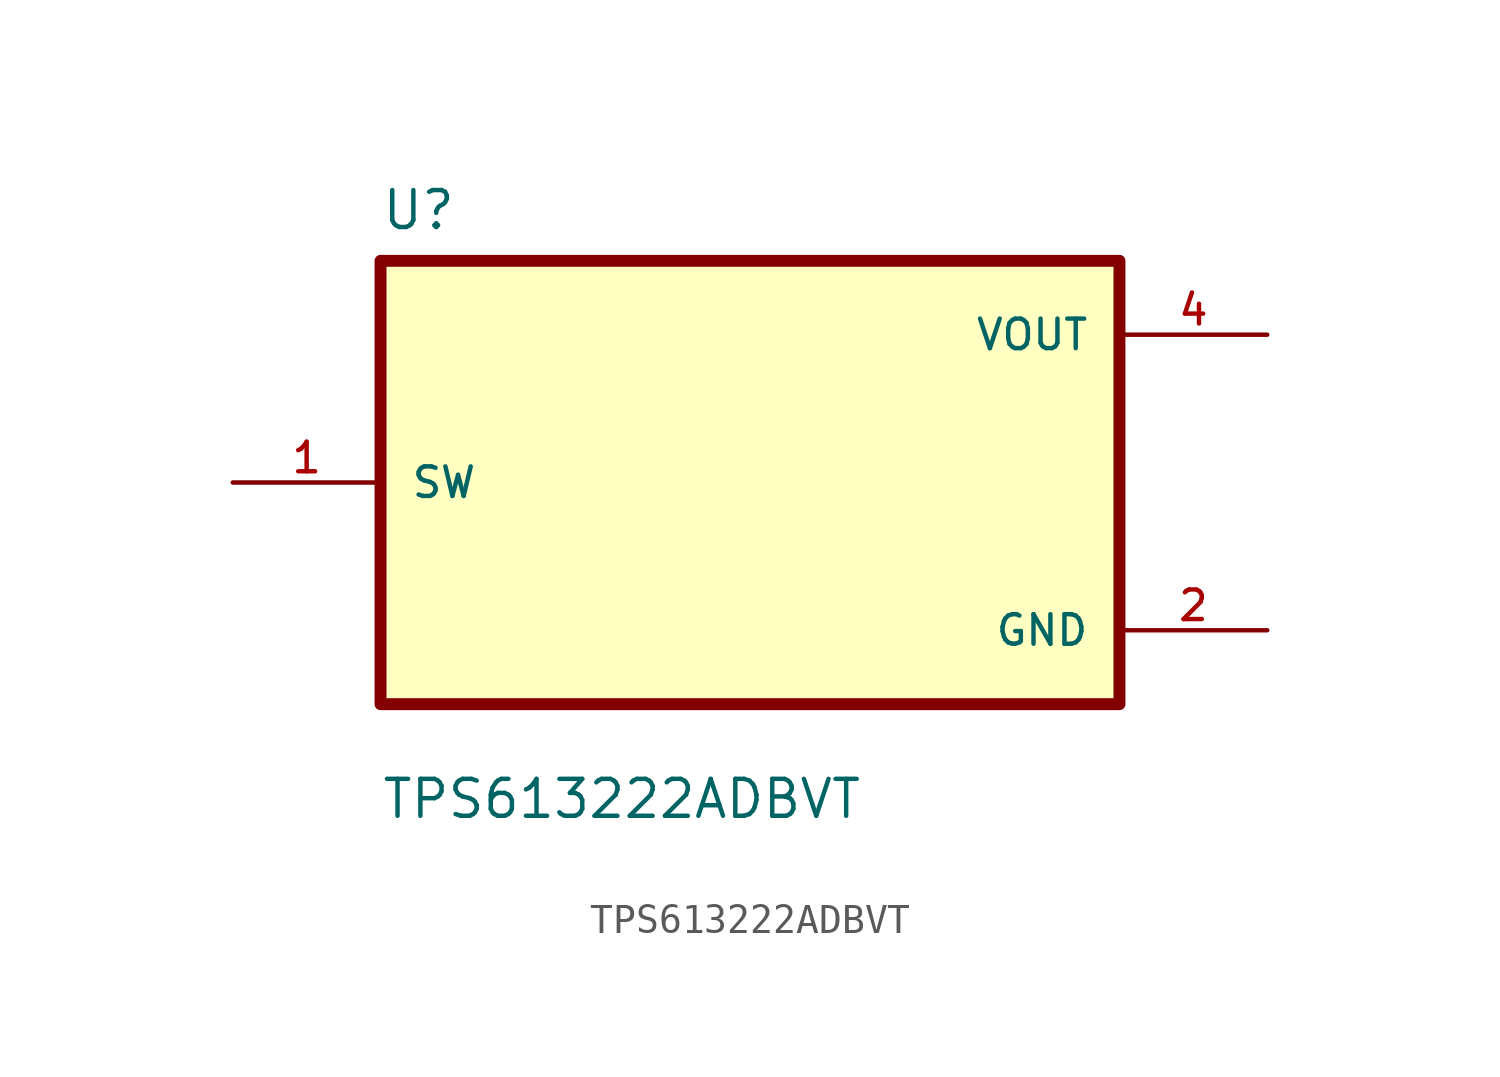
<source format=kicad_sym>
(kicad_symbol_lib
  (version 20211014)
  (generator kicad_symbol_editor)
  (symbol "TPS613222ADBVT"
    (pin_names
      (offset 1.016))
    (property "Reference" "U"
      (at -12.7 8.62 0.0)
      (effects (font (size 1.27 1.27)) (justify bottom left)))
    (property "Value" "TPS613222ADBVT"
      (at -12.7 -11.62 0.0)
      (effects (font (size 1.27 1.27)) (justify bottom left)))
    (symbol "TPS613222ADBVT_0_0"
      (rectangle (start -12.7 -7.62) (end 12.7 7.62) (stroke (width 0.41)) (fill (type background)))
      (pin bidirectional line (at -17.78 0.0 0) (length 5.08) (name "SW" (effects (font (size 1.016 1.016)))) (number "1" (effects (font (size 1.016 1.016)))))
      (pin output line (at 17.78 5.08 180.0) (length 5.08) (name "VOUT" (effects (font (size 1.016 1.016)))) (number "4" (effects (font (size 1.016 1.016)))))
      (pin power_in line (at 17.78 -5.08 180.0) (length 5.08) (name "GND" (effects (font (size 1.016 1.016)))) (number "2" (effects (font (size 1.016 1.016))))))))
</source>
